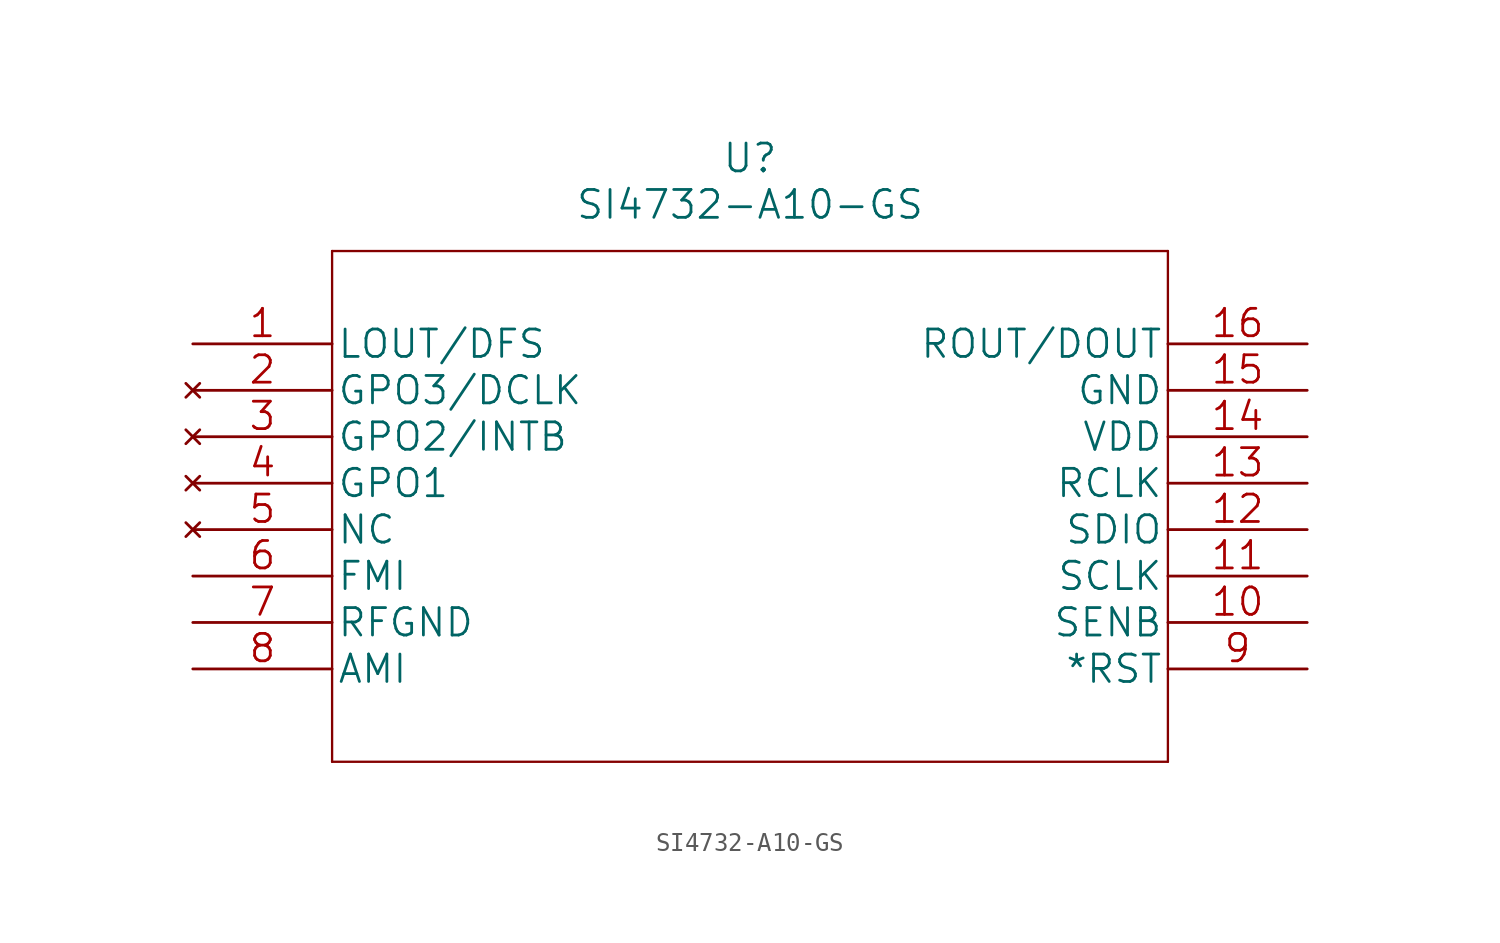
<source format=kicad_sym>
(kicad_symbol_lib
  (version 20220914)
  (generator kicad_symbol_editor)
  (symbol "SI4732-A10-GS"
    (pin_names
      (offset 0.254))
    (property "Reference" "U"
      (at 30.48 10.16 0)
      (effects (font (size 1.524 1.524))))
    (property "Value" "SI4732-A10-GS"
      (at 30.48 7.62 0)
      (effects (font (size 1.524 1.524))))
    (property "Datasheet" ""
      (at 0 0 0)
      (effects (font (size 1.524 1.524))))
    (property "ki_locked" ""
      (at 0 0 0)
      (effects (font (size 1.27 1.27))))
    (symbol "SI4732-A10-GS_1_1"
      (polyline (pts (xy 7.62 -22.86) (xy 53.34 -22.86)) (stroke (width 0.127) (type solid)) (fill (type none)))
      (polyline (pts (xy 7.62 5.08) (xy 7.62 -22.86)) (stroke (width 0.127) (type solid)) (fill (type none)))
      (polyline (pts (xy 53.34 -22.86) (xy 53.34 5.08)) (stroke (width 0.127) (type solid)) (fill (type none)))
      (polyline (pts (xy 53.34 5.08) (xy 7.62 5.08)) (stroke (width 0.127) (type solid)) (fill (type none)))
      (pin output line (at 0 0 0) (length 7.62) (name "LOUT/DFS" (effects (font (size 1.499 1.499)))) (number "1" (effects (font (size 1.499 1.499)))))
      (pin power_in line (at 60.96 -15.24 180) (length 7.62) (name "SENB" (effects (font (size 1.499 1.499)))) (number "10" (effects (font (size 1.499 1.499)))))
      (pin bidirectional line (at 60.96 -12.7 180) (length 7.62) (name "SCLK" (effects (font (size 1.499 1.499)))) (number "11" (effects (font (size 1.499 1.499)))))
      (pin bidirectional line (at 60.96 -10.16 180) (length 7.62) (name "SDIO" (effects (font (size 1.499 1.499)))) (number "12" (effects (font (size 1.499 1.499)))))
      (pin input line (at 60.96 -7.62 180) (length 7.62) (name "RCLK" (effects (font (size 1.499 1.499)))) (number "13" (effects (font (size 1.499 1.499)))))
      (pin power_in line (at 60.96 -5.08 180) (length 7.62) (name "VDD" (effects (font (size 1.499 1.499)))) (number "14" (effects (font (size 1.499 1.499)))))
      (pin power_in line (at 60.96 -2.54 180) (length 7.62) (name "GND" (effects (font (size 1.499 1.499)))) (number "15" (effects (font (size 1.499 1.499)))))
      (pin output line (at 60.96 0 180) (length 7.62) (name "ROUT/DOUT" (effects (font (size 1.499 1.499)))) (number "16" (effects (font (size 1.499 1.499)))))
      (pin no_connect line (at 0 -2.54 0) (length 7.62) (name "GPO3/DCLK" (effects (font (size 1.499 1.499)))) (number "2" (effects (font (size 1.499 1.499)))))
      (pin no_connect line (at 0 -5.08 0) (length 7.62) (name "GPO2/INTB" (effects (font (size 1.499 1.499)))) (number "3" (effects (font (size 1.499 1.499)))))
      (pin no_connect line (at 0 -7.62 0) (length 7.62) (name "GPO1" (effects (font (size 1.499 1.499)))) (number "4" (effects (font (size 1.499 1.499)))))
      (pin no_connect line (at 0 -10.16 0) (length 7.62) (name "NC" (effects (font (size 1.499 1.499)))) (number "5" (effects (font (size 1.499 1.499)))))
      (pin unspecified line (at 0 -12.7 0) (length 7.62) (name "FMI" (effects (font (size 1.499 1.499)))) (number "6" (effects (font (size 1.499 1.499)))))
      (pin power_in line (at 0 -15.24 0) (length 7.62) (name "RFGND" (effects (font (size 1.499 1.499)))) (number "7" (effects (font (size 1.499 1.499)))))
      (pin input line (at 0 -17.78 0) (length 7.62) (name "AMI" (effects (font (size 1.499 1.499)))) (number "8" (effects (font (size 1.499 1.499)))))
      (pin input line (at 60.96 -17.78 180) (length 7.62) (name "*RST" (effects (font (size 1.499 1.499)))) (number "9" (effects (font (size 1.499 1.499))))))))
</source>
